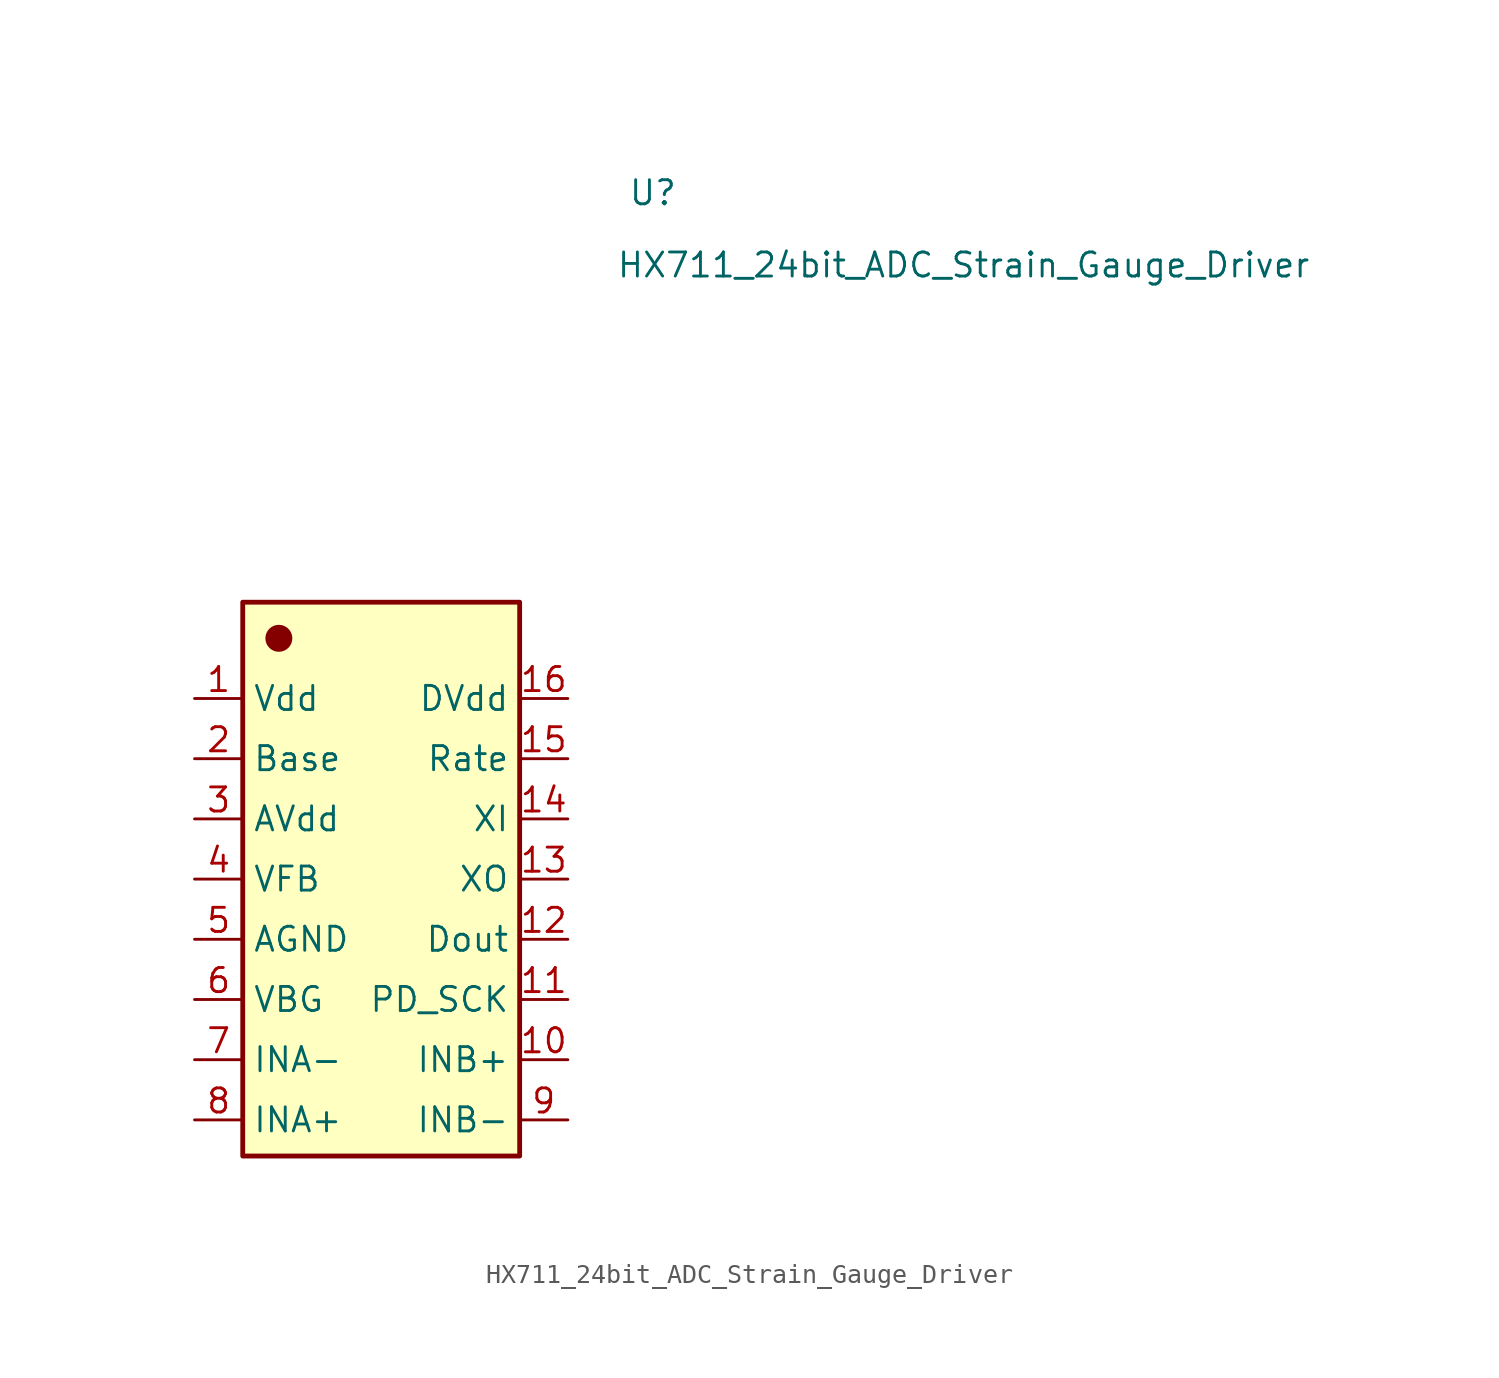
<source format=kicad_sym>
(kicad_symbol_lib
  (version 20211014)
  (generator kicad_symbol_editor)
  (symbol "HX711_24bit_ADC_Strain_Gauge_Driver"
    (property "Reference" "U"
      (at 13.97 36.195 0)
      (effects (font (size 1.27 1.27)) (justify left)))
    (property "Value" "HX711_24bit_ADC_Strain_Gauge_Driver"
      (at 13.335 32.385 0)
      (effects (font (size 1.27 1.27)) (justify left)))
    (symbol "HX711_24bit_ADC_Strain_Gauge_Driver_0_1"
      (rectangle (start -6.35 14.605) (end 8.255 -14.605) (stroke (width 0.254) (type default) (color 0 0 0 0)) (fill (type background)))
      (circle (center -4.445 12.7) (radius 0.635) (stroke (width 0) (type default) (color 0 0 0 0)) (fill (type outline))))
    (symbol "HX711_24bit_ADC_Strain_Gauge_Driver_1_1"
      (pin power_in line (at -8.89 9.525 0) (length 2.54) (name "Vdd" (effects (font (size 1.27 1.27)))) (number "1" (effects (font (size 1.27 1.27)))))
      (pin input line (at 10.795 -9.525 180) (length 2.54) (name "INB+" (effects (font (size 1.27 1.27)))) (number "10" (effects (font (size 1.27 1.27)))))
      (pin input line (at 10.795 -6.35 180) (length 2.54) (name "PD_SCK" (effects (font (size 1.27 1.27)))) (number "11" (effects (font (size 1.27 1.27)))))
      (pin output line (at 10.795 -3.175 180) (length 2.54) (name "Dout" (effects (font (size 1.27 1.27)))) (number "12" (effects (font (size 1.27 1.27)))))
      (pin bidirectional line (at 10.795 0 180) (length 2.54) (name "XO" (effects (font (size 1.27 1.27)))) (number "13" (effects (font (size 1.27 1.27)))))
      (pin input line (at 10.795 3.175 180) (length 2.54) (name "XI" (effects (font (size 1.27 1.27)))) (number "14" (effects (font (size 1.27 1.27)))))
      (pin input line (at 10.795 6.35 180) (length 2.54) (name "Rate" (effects (font (size 1.27 1.27)))) (number "15" (effects (font (size 1.27 1.27)))))
      (pin power_in line (at 10.795 9.525 180) (length 2.54) (name "DVdd" (effects (font (size 1.27 1.27)))) (number "16" (effects (font (size 1.27 1.27)))))
      (pin output line (at -8.89 6.35 0) (length 2.54) (name "Base" (effects (font (size 1.27 1.27)))) (number "2" (effects (font (size 1.27 1.27)))))
      (pin power_in line (at -8.89 3.175 0) (length 2.54) (name "AVdd" (effects (font (size 1.27 1.27)))) (number "3" (effects (font (size 1.27 1.27)))))
      (pin input line (at -8.89 0 0) (length 2.54) (name "VFB" (effects (font (size 1.27 1.27)))) (number "4" (effects (font (size 1.27 1.27)))))
      (pin power_in line (at -8.89 -3.175 0) (length 2.54) (name "AGND" (effects (font (size 1.27 1.27)))) (number "5" (effects (font (size 1.27 1.27)))))
      (pin output line (at -8.89 -6.35 0) (length 2.54) (name "VBG" (effects (font (size 1.27 1.27)))) (number "6" (effects (font (size 1.27 1.27)))))
      (pin input line (at -8.89 -9.525 0) (length 2.54) (name "INA-" (effects (font (size 1.27 1.27)))) (number "7" (effects (font (size 1.27 1.27)))))
      (pin input line (at -8.89 -12.7 0) (length 2.54) (name "INA+" (effects (font (size 1.27 1.27)))) (number "8" (effects (font (size 1.27 1.27)))))
      (pin input line (at 10.795 -12.7 180) (length 2.54) (name "INB-" (effects (font (size 1.27 1.27)))) (number "9" (effects (font (size 1.27 1.27))))))))
</source>
